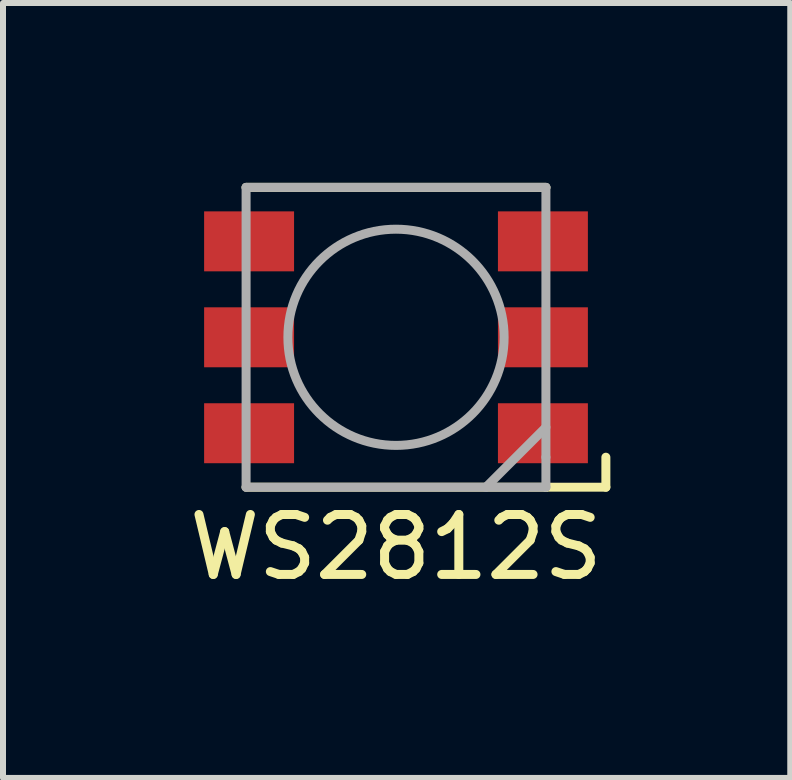
<source format=kicad_pcb>
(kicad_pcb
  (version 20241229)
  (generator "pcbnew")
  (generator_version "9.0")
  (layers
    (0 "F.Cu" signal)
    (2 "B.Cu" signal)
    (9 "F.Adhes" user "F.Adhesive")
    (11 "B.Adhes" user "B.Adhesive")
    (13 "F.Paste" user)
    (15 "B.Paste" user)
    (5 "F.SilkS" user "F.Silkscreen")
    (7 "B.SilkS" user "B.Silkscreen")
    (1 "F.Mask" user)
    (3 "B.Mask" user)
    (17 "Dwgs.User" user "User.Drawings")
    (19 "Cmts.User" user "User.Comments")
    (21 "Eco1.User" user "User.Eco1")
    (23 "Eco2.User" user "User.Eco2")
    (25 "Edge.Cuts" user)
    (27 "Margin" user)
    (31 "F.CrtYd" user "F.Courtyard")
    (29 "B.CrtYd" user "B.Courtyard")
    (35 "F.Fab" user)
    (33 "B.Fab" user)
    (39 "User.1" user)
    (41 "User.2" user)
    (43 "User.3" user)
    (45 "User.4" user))
  (footprint "WS2812S"
    (layer "F.Cu")
    (at 3.554 2.575)
    (property "Reference" "WS2812S" (at 0 3.5 0) (layer "F.SilkS") (effects (font (size 1 1) (thickness 0.15))))
    (attr through_hole)
    (fp_line (start -2.5 -2.5) (end 2.5 -2.5) (stroke (width 0.15) (type solid)) (layer "F.SilkS"))
    (fp_line (start -2.5 2.5) (end 2.5 2.5) (stroke (width 0.15) (type solid)) (layer "F.SilkS"))
    (fp_line (start 2.5 2.5) (end 2.5 2.5) (stroke (width 0.15) (type solid)) (layer "F.SilkS"))
    (fp_line (start 2.5 2.5) (end 3.5 2.5) (stroke (width 0.15) (type solid)) (layer "F.SilkS"))
    (fp_line (start 3.5 2.5) (end 3.5 2) (stroke (width 0.15) (type solid)) (layer "F.SilkS"))
    (fp_line (start -2.5 -2.5) (end 2.5 -2.5) (stroke (width 0.15) (type solid)) (layer "F.Fab"))
    (fp_line (start -2.5 2.5) (end -2.5 -2.5) (stroke (width 0.15) (type solid)) (layer "F.Fab"))
    (fp_line (start 1.5 2.5) (end -2.5 2.5) (stroke (width 0.15) (type solid)) (layer "F.Fab"))
    (fp_line (start 2.5 -2.5) (end 2.5 2) (stroke (width 0.15) (type solid)) (layer "F.Fab"))
    (fp_line (start 2.5 1.5) (end 1.5 2.5) (stroke (width 0.15) (type solid)) (layer "F.Fab"))
    (fp_line (start 2.5 2) (end 2.5 2.5) (stroke (width 0.15) (type solid)) (layer "F.Fab"))
    (fp_line (start 2.5 2.5) (end 1.5 2.5) (stroke (width 0.15) (type solid)) (layer "F.Fab"))
    (fp_circle (center 0 0) (end 1.5 1) (stroke (width 0.15) (type solid)) (fill no) (layer "F.Fab"))
    (pad "1" smd rect (at 2.45 1.6) (size 1.5 1) (layers "F.Cu" "F.Mask" "F.Paste"))
    (pad "2" smd rect (at 2.45 0) (size 1.5 1) (layers "F.Cu" "F.Mask" "F.Paste"))
    (pad "3" smd rect (at 2.45 -1.6) (size 1.5 1) (layers "F.Cu" "F.Mask" "F.Paste"))
    (pad "4" smd rect (at -2.45 -1.6) (size 1.5 1) (layers "F.Cu" "F.Mask" "F.Paste"))
    (pad "5" smd rect (at -2.45 0) (size 1.5 1) (layers "F.Cu" "F.Mask" "F.Paste"))
    (pad "6" smd rect (at -2.45 1.6) (size 1.5 1) (layers "F.Cu" "F.Mask" "F.Paste")))
  (gr_rect
    (start -3 -3)
    (end 10.129 9.923)
    (stroke (width 0.1) (type default))
    (fill no)
    (layer "Edge.Cuts")))
</source>
